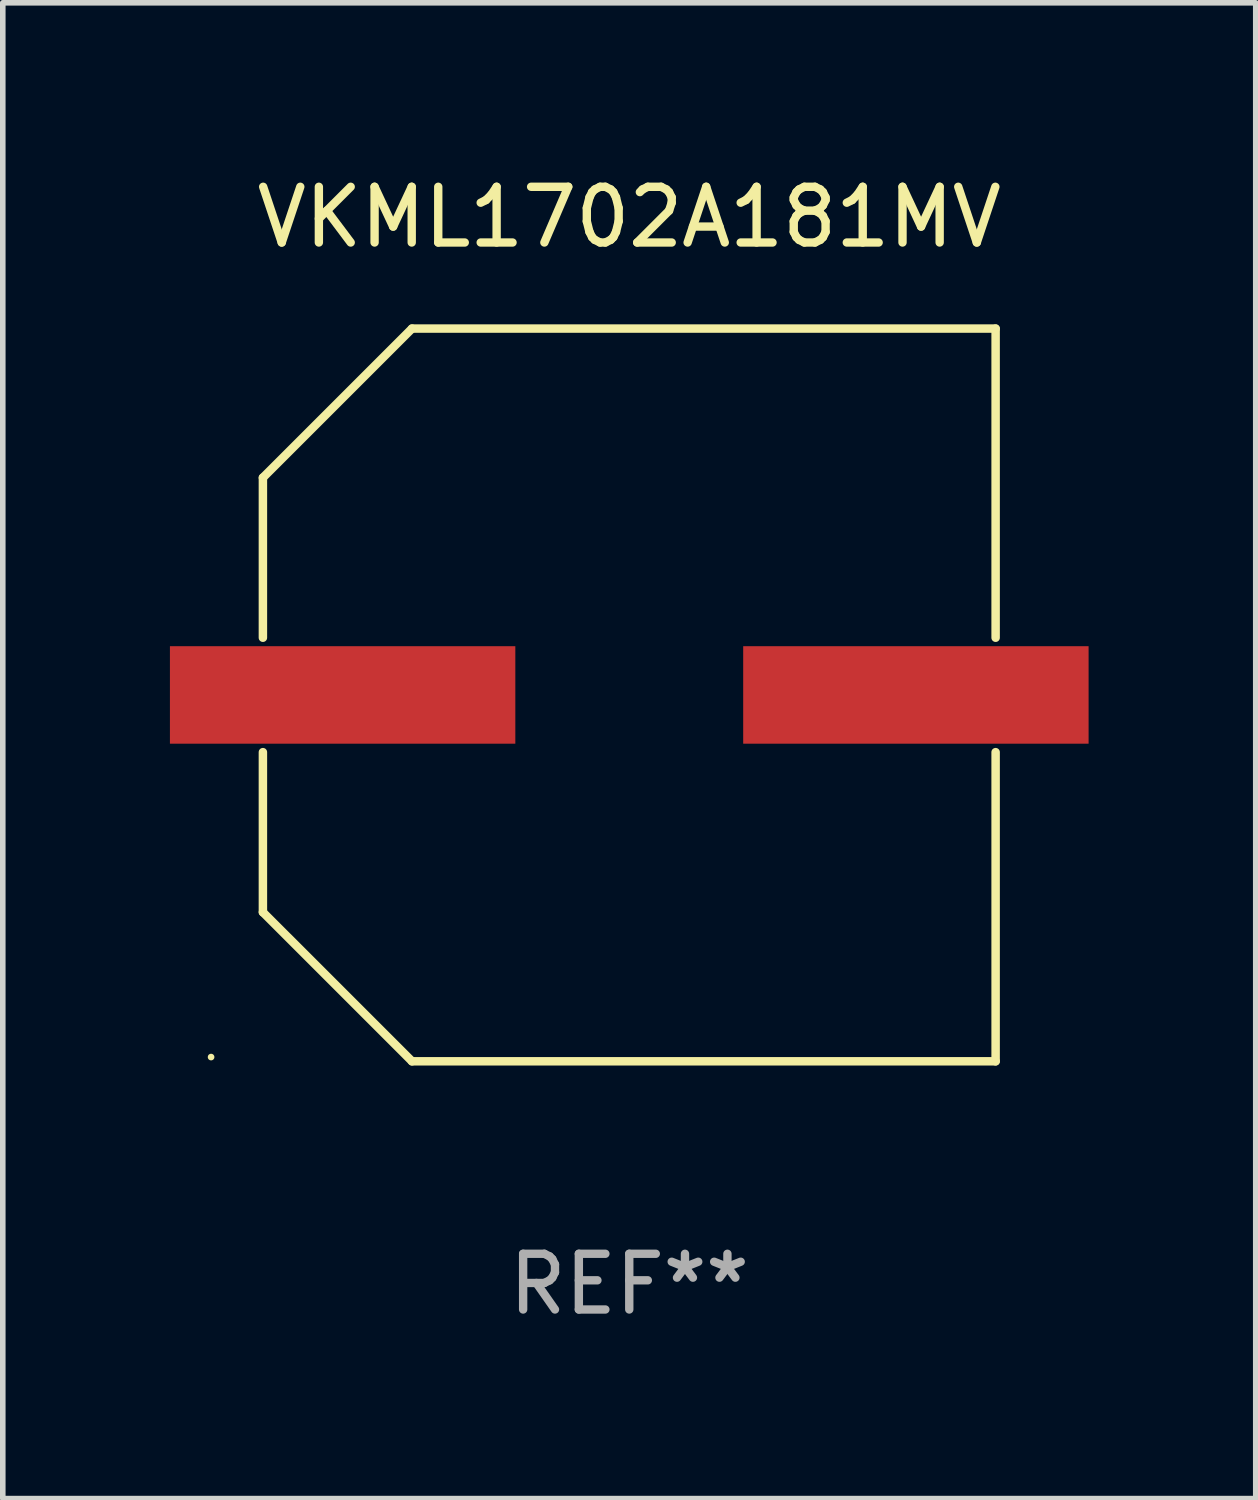
<source format=kicad_pcb>
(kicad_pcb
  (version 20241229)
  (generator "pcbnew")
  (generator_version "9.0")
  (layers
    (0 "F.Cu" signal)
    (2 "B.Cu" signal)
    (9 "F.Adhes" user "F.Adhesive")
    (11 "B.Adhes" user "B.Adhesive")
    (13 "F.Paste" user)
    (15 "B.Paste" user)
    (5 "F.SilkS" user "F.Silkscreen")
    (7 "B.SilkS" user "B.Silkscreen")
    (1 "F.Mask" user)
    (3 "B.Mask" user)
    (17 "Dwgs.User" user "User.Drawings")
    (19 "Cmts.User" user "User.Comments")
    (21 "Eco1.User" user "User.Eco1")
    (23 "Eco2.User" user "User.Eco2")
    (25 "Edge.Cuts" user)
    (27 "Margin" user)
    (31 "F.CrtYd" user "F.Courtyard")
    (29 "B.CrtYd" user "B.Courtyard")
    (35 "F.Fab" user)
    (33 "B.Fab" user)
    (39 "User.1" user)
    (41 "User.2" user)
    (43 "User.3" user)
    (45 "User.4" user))
  (footprint "VKML1702A181MV"
    (layer "F.Cu")
    (at 8.245 9.424)
    (property "Reference" "VKML1702A181MV" (at 0 -8.576 0) (layer "F.SilkS") (effects (font (size 1 1) (thickness 0.15))))
    (attr through_hole)
    (fp_line (start -6.576 -3.9) (end -6.576 -1.027) (stroke (width 0.152) (type solid)) (layer "F.SilkS"))
    (fp_line (start -6.576 3.9) (end -6.576 1.027) (stroke (width 0.152) (type solid)) (layer "F.SilkS"))
    (fp_line (start -3.9 -6.576) (end -6.576 -3.9) (stroke (width 0.152) (type solid)) (layer "F.SilkS"))
    (fp_line (start -3.9 6.576) (end -6.576 3.9) (stroke (width 0.152) (type solid)) (layer "F.SilkS"))
    (fp_line (start 6.576 -6.576) (end -3.9 -6.576) (stroke (width 0.152) (type solid)) (layer "F.SilkS"))
    (fp_line (start 6.576 -1.027) (end 6.576 -6.576) (stroke (width 0.152) (type solid)) (layer "F.SilkS"))
    (fp_line (start 6.576 1.027) (end 6.576 6.576) (stroke (width 0.152) (type solid)) (layer "F.SilkS"))
    (fp_line (start 6.576 6.576) (end -3.9 6.576) (stroke (width 0.152) (type solid)) (layer "F.SilkS"))
    (fp_circle (center -7.506 6.5) (end -7.476 6.5) (stroke (width 0.06) (type solid)) (fill no) (layer "F.SilkS"))
    (fp_text user "REF**" (at 0 10.576 0) (layer "F.Fab") (effects (font (size 1 1) (thickness 0.15))))
    (pad "1" smd rect (at -5.145 0) (size 6.2 1.75) (layers "F.Cu" "F.Mask" "F.Paste"))
    (pad "2" smd rect (at 5.145 0) (size 6.2 1.75) (layers "F.Cu" "F.Mask" "F.Paste")))
  (gr_rect
    (start -3 -3)
    (end 19.49 23.849)
    (stroke (width 0.1) (type default))
    (fill no)
    (layer "Edge.Cuts")))
</source>
